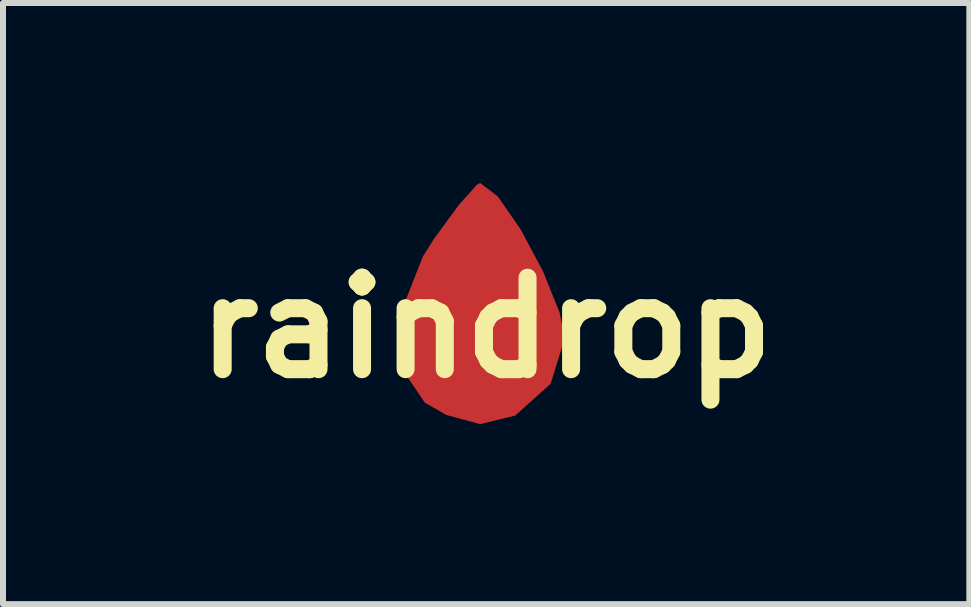
<source format=kicad_pcb>
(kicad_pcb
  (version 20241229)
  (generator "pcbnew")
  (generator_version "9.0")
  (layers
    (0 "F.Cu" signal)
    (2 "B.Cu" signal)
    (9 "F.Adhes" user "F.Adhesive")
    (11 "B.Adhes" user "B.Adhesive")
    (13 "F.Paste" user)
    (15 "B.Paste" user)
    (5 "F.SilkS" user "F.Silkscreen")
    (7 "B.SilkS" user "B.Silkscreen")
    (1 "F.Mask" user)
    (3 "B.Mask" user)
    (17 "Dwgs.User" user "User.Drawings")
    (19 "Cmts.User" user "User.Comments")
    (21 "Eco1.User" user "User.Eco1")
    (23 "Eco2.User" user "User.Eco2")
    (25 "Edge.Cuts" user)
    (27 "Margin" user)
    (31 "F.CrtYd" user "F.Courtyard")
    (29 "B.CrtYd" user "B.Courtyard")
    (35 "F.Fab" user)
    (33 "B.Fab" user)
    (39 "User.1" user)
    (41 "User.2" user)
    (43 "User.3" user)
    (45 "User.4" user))
  (footprint "raindrop"
    (layer "F.Cu")
    (at 5.051 2.412)
    (property "Reference" "raindrop" (at 0 0 0) (layer "F.SilkS") (effects (font (size 1.524 1.524) (thickness 0.3))))
    (attr through_hole)
    (pad "1" smd custom (at -0.2 -0.2) (size 1 0.7) (layers "F.Cu" "F.Mask" "F.Paste") (options (anchor rect)) (primitives (gr_poly (pts (xy 0.391 -1.985) (xy 0.772 -1.435) (xy 1.146 -0.731) (xy 1.42 -0.049) (xy 1.504 0.374) (xy 1.27 1.13) (xy 0.682 1.658) (xy 0.1 1.8) (xy -0.461 1.648) (xy -0.818 1.445) (xy -1.227 0.842) (xy -1.236 -0.003) (xy -0.852 -0.982) (xy -0.669 -1.274) (xy -0.248 -1.849) (xy 0.047 -2.178) (xy 0.1 -2.207) (xy 0.391 -1.985)) (width 0.01) (fill yes)))))
  (gr_rect
    (start -3 -3)
    (end 13.102 7.017)
    (stroke (width 0.1) (type default))
    (fill no)
    (layer "Edge.Cuts")))
</source>
